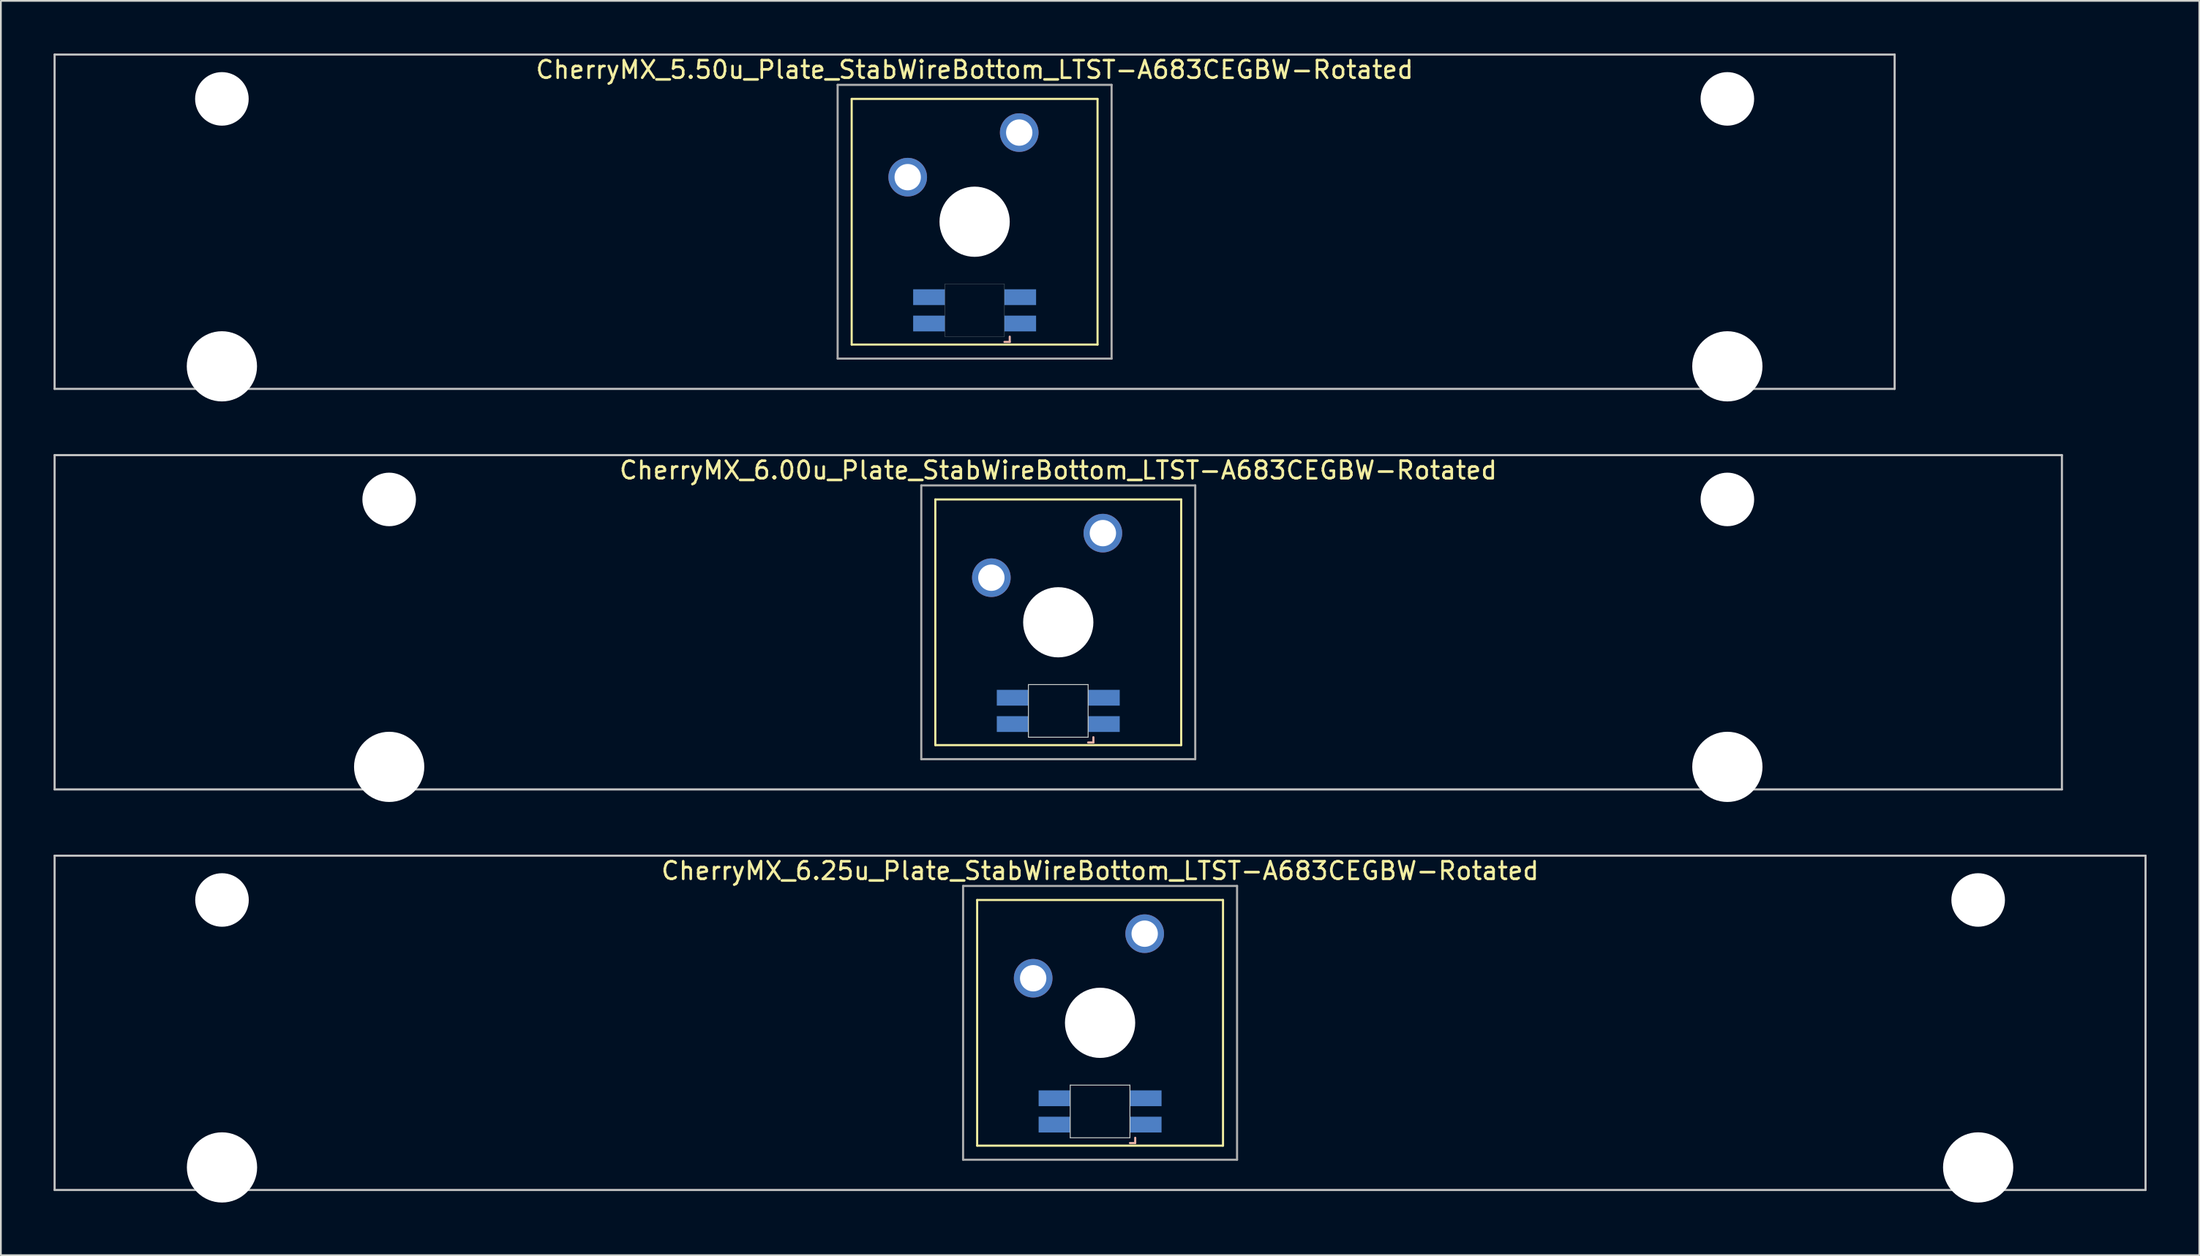
<source format=kicad_pcb>
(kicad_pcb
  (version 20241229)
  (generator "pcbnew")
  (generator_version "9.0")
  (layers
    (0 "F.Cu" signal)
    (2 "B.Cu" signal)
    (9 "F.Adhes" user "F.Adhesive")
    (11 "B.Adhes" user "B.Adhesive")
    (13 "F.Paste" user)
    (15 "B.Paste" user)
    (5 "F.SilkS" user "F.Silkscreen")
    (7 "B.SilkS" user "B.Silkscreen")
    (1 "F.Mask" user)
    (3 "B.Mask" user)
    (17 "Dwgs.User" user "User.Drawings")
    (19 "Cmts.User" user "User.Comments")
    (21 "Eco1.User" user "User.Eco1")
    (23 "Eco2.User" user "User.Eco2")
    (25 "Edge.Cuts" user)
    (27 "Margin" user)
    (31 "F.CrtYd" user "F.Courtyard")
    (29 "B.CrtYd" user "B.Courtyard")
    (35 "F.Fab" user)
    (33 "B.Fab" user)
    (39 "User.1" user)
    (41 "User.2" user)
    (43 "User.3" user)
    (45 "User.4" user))
  (footprint "CherryMX_5.50u_Plate_StabWireBottom_LTST-A683CEGBW-Rotated"
    (layer "F.Cu")
    (at 52.447 9.585)
    (property "Reference" "CherryMX_5.50u_Plate_StabWireBottom_LTST-A683CEGBW-Rotated" (at 0 -8.662 0) (layer "F.SilkS") (effects (font (size 1 1) (thickness 0.15))))
    (attr through_hole)
    (fp_line (start -7 -7) (end -7 7) (stroke (width 0.12) (type solid)) (layer "F.SilkS"))
    (fp_line (start -7 -7) (end 7 -7) (stroke (width 0.12) (type solid)) (layer "F.SilkS"))
    (fp_line (start 7 -7) (end 7 7) (stroke (width 0.12) (type solid)) (layer "F.SilkS"))
    (fp_line (start 7 7) (end -7 7) (stroke (width 0.12) (type solid)) (layer "F.SilkS"))
    (fp_line (start 1.7 6.85) (end 2 6.85) (stroke (width 0.12) (type solid)) (layer "B.SilkS"))
    (fp_line (start 2 6.85) (end 2 6.55) (stroke (width 0.12) (type solid)) (layer "B.SilkS"))
    (fp_line (start -52.388 -9.525) (end 52.388 -9.525) (stroke (width 0.12) (type solid)) (layer "Dwgs.User"))
    (fp_line (start -52.388 9.525) (end -52.388 -9.525) (stroke (width 0.12) (type solid)) (layer "Dwgs.User"))
    (fp_line (start 52.388 -9.525) (end 52.388 9.525) (stroke (width 0.12) (type solid)) (layer "Dwgs.User"))
    (fp_line (start 52.388 9.525) (end -52.388 9.525) (stroke (width 0.12) (type solid)) (layer "Dwgs.User"))
    (fp_poly (pts (xy -1.7 3.55) (xy 1.7 3.55) (xy 1.7 6.55) (xy -1.7 6.55)) (stroke (width 0.01) (type solid)) (fill no) (layer "Edge.Cuts"))
    (fp_line (start -7.8 -7.8) (end -7.8 7.8) (stroke (width 0.12) (type solid)) (layer "F.Fab"))
    (fp_line (start -7.8 -7.8) (end 7.8 -7.8) (stroke (width 0.12) (type solid)) (layer "F.Fab"))
    (fp_line (start -7.8 7.8) (end 7.8 7.8) (stroke (width 0.12) (type solid)) (layer "F.Fab"))
    (fp_line (start 7.8 -7.8) (end 7.8 7.8) (stroke (width 0.12) (type solid)) (layer "F.Fab"))
    (pad "" np_thru_hole circle (at -42.862 -7) (size 3.05 3.05) (drill 3.05) (layers "*.Cu" "*.Mask"))
    (pad "" np_thru_hole circle (at -42.862 8.24) (size 4 4) (drill 4) (layers "*.Cu" "*.Mask"))
    (pad "" np_thru_hole circle (at 0 0) (size 4 4) (drill 4) (layers "*.Cu" "*.Mask"))
    (pad "" np_thru_hole circle (at 42.862 -7) (size 3.05 3.05) (drill 3.05) (layers "*.Cu" "*.Mask"))
    (pad "" np_thru_hole circle (at 42.862 8.24) (size 4 4) (drill 4) (layers "*.Cu" "*.Mask"))
    (pad "1" thru_hole circle (at -3.81 -2.54) (size 2.2 2.2) (drill 1.5) (layers "*.Cu" "*.Mask"))
    (pad "2" thru_hole circle (at 2.54 -5.08) (size 2.2 2.2) (drill 1.5) (layers "*.Cu" "*.Mask"))
    (pad "3" smd rect (at 2.6 5.8 180) (size 1.8 0.9) (layers "B.Cu" "B.Mask" "B.Paste"))
    (pad "4" smd rect (at 2.6 4.3 180) (size 1.8 0.9) (layers "B.Cu" "B.Mask" "B.Paste"))
    (pad "5" smd rect (at -2.6 5.8 180) (size 1.8 0.9) (layers "B.Cu" "B.Mask" "B.Paste"))
    (pad "6" smd rect (at -2.6 4.3 180) (size 1.8 0.9) (layers "B.Cu" "B.Mask" "B.Paste")))
  (footprint "CherryMX_6.25u_Plate_StabWireBottom_LTST-A683CEGBW-Rotated"
    (layer "F.Cu")
    (at 59.591 55.235)
    (property "Reference" "CherryMX_6.25u_Plate_StabWireBottom_LTST-A683CEGBW-Rotated" (at 0 -8.662 0) (layer "F.SilkS") (effects (font (size 1 1) (thickness 0.15))))
    (attr through_hole)
    (fp_line (start -7 -7) (end -7 7) (stroke (width 0.12) (type solid)) (layer "F.SilkS"))
    (fp_line (start -7 -7) (end 7 -7) (stroke (width 0.12) (type solid)) (layer "F.SilkS"))
    (fp_line (start 7 -7) (end 7 7) (stroke (width 0.12) (type solid)) (layer "F.SilkS"))
    (fp_line (start 7 7) (end -7 7) (stroke (width 0.12) (type solid)) (layer "F.SilkS"))
    (fp_line (start 1.7 6.85) (end 2 6.85) (stroke (width 0.12) (type solid)) (layer "B.SilkS"))
    (fp_line (start 2 6.85) (end 2 6.55) (stroke (width 0.12) (type solid)) (layer "B.SilkS"))
    (fp_line (start -59.531 -9.525) (end 59.531 -9.525) (stroke (width 0.12) (type solid)) (layer "Dwgs.User"))
    (fp_line (start -59.531 9.525) (end -59.531 -9.525) (stroke (width 0.12) (type solid)) (layer "Dwgs.User"))
    (fp_line (start 59.531 -9.525) (end 59.531 9.525) (stroke (width 0.12) (type solid)) (layer "Dwgs.User"))
    (fp_line (start 59.531 9.525) (end -59.531 9.525) (stroke (width 0.12) (type solid)) (layer "Dwgs.User"))
    (fp_line (start -1.7 3.55) (end 1.7 3.55) (stroke (width 0.05) (type solid)) (layer "Edge.Cuts"))
    (fp_line (start -1.7 6.55) (end -1.7 3.55) (stroke (width 0.05) (type solid)) (layer "Edge.Cuts"))
    (fp_line (start 1.7 3.55) (end 1.7 6.55) (stroke (width 0.05) (type solid)) (layer "Edge.Cuts"))
    (fp_line (start 1.7 6.55) (end -1.7 6.55) (stroke (width 0.05) (type solid)) (layer "Edge.Cuts"))
    (fp_line (start -7.8 -7.8) (end -7.8 7.8) (stroke (width 0.12) (type solid)) (layer "F.Fab"))
    (fp_line (start -7.8 -7.8) (end 7.8 -7.8) (stroke (width 0.12) (type solid)) (layer "F.Fab"))
    (fp_line (start -7.8 7.8) (end 7.8 7.8) (stroke (width 0.12) (type solid)) (layer "F.Fab"))
    (fp_line (start 7.8 -7.8) (end 7.8 7.8) (stroke (width 0.12) (type solid)) (layer "F.Fab"))
    (pad "" np_thru_hole circle (at -50 -7) (size 3.05 3.05) (drill 3.05) (layers "*.Cu" "*.Mask"))
    (pad "" np_thru_hole circle (at -50 8.24) (size 4 4) (drill 4) (layers "*.Cu" "*.Mask"))
    (pad "" np_thru_hole circle (at 0 0) (size 4 4) (drill 4) (layers "*.Cu" "*.Mask"))
    (pad "" np_thru_hole circle (at 50 -7) (size 3.05 3.05) (drill 3.05) (layers "*.Cu" "*.Mask"))
    (pad "" np_thru_hole circle (at 50 8.24) (size 4 4) (drill 4) (layers "*.Cu" "*.Mask"))
    (pad "1" thru_hole circle (at -3.81 -2.54) (size 2.2 2.2) (drill 1.5) (layers "*.Cu" "*.Mask"))
    (pad "2" thru_hole circle (at 2.54 -5.08) (size 2.2 2.2) (drill 1.5) (layers "*.Cu" "*.Mask"))
    (pad "3" smd rect (at 2.6 5.8) (size 1.8 0.9) (layers "B.Cu" "B.Mask" "B.Paste"))
    (pad "4" smd rect (at 2.6 4.3) (size 1.8 0.9) (layers "B.Cu" "B.Mask" "B.Paste"))
    (pad "5" smd rect (at -2.6 5.8) (size 1.8 0.9) (layers "B.Cu" "B.Mask" "B.Paste"))
    (pad "6" smd rect (at -2.6 4.3) (size 1.8 0.9) (layers "B.Cu" "B.Mask" "B.Paste")))
  (footprint "CherryMX_6.00u_Plate_StabWireBottom_LTST-A683CEGBW-Rotated"
    (layer "F.Cu")
    (at 57.21 32.41)
    (property "Reference" "CherryMX_6.00u_Plate_StabWireBottom_LTST-A683CEGBW-Rotated" (at 0 -8.662 0) (layer "F.SilkS") (effects (font (size 1 1) (thickness 0.15))))
    (attr through_hole)
    (fp_line (start -7 -7) (end -7 7) (stroke (width 0.12) (type solid)) (layer "F.SilkS"))
    (fp_line (start -7 -7) (end 7 -7) (stroke (width 0.12) (type solid)) (layer "F.SilkS"))
    (fp_line (start 7 -7) (end 7 7) (stroke (width 0.12) (type solid)) (layer "F.SilkS"))
    (fp_line (start 7 7) (end -7 7) (stroke (width 0.12) (type solid)) (layer "F.SilkS"))
    (fp_line (start 1.7 6.85) (end 2 6.85) (stroke (width 0.12) (type solid)) (layer "B.SilkS"))
    (fp_line (start 2 6.85) (end 2 6.55) (stroke (width 0.12) (type solid)) (layer "B.SilkS"))
    (fp_line (start -57.15 -9.525) (end 57.15 -9.525) (stroke (width 0.12) (type solid)) (layer "Dwgs.User"))
    (fp_line (start -57.15 9.525) (end -57.15 -9.525) (stroke (width 0.12) (type solid)) (layer "Dwgs.User"))
    (fp_line (start 57.15 -9.525) (end 57.15 9.525) (stroke (width 0.12) (type solid)) (layer "Dwgs.User"))
    (fp_line (start 57.15 9.525) (end -57.15 9.525) (stroke (width 0.12) (type solid)) (layer "Dwgs.User"))
    (fp_line (start -1.7 3.55) (end 1.7 3.55) (stroke (width 0.05) (type solid)) (layer "Edge.Cuts"))
    (fp_line (start -1.7 6.55) (end -1.7 3.55) (stroke (width 0.05) (type solid)) (layer "Edge.Cuts"))
    (fp_line (start 1.7 3.55) (end 1.7 6.55) (stroke (width 0.05) (type solid)) (layer "Edge.Cuts"))
    (fp_line (start 1.7 6.55) (end -1.7 6.55) (stroke (width 0.05) (type solid)) (layer "Edge.Cuts"))
    (fp_line (start -7.8 -7.8) (end -7.8 7.8) (stroke (width 0.12) (type solid)) (layer "F.Fab"))
    (fp_line (start -7.8 -7.8) (end 7.8 -7.8) (stroke (width 0.12) (type solid)) (layer "F.Fab"))
    (fp_line (start -7.8 7.8) (end 7.8 7.8) (stroke (width 0.12) (type solid)) (layer "F.Fab"))
    (fp_line (start 7.8 -7.8) (end 7.8 7.8) (stroke (width 0.12) (type solid)) (layer "F.Fab"))
    (pad "" np_thru_hole circle (at -38.1 -7) (size 3.05 3.05) (drill 3.05) (layers "*.Cu" "*.Mask"))
    (pad "" np_thru_hole circle (at -38.1 8.24) (size 4 4) (drill 4) (layers "*.Cu" "*.Mask"))
    (pad "" np_thru_hole circle (at 0 0) (size 4 4) (drill 4) (layers "*.Cu" "*.Mask"))
    (pad "" np_thru_hole circle (at 38.1 -7) (size 3.05 3.05) (drill 3.05) (layers "*.Cu" "*.Mask"))
    (pad "" np_thru_hole circle (at 38.1 8.24) (size 4 4) (drill 4) (layers "*.Cu" "*.Mask"))
    (pad "1" thru_hole circle (at -3.81 -2.54) (size 2.2 2.2) (drill 1.5) (layers "*.Cu" "*.Mask"))
    (pad "2" thru_hole circle (at 2.54 -5.08) (size 2.2 2.2) (drill 1.5) (layers "*.Cu" "*.Mask"))
    (pad "3" smd rect (at 2.6 5.8 180) (size 1.8 0.9) (layers "B.Cu" "B.Mask" "B.Paste"))
    (pad "4" smd rect (at 2.6 4.3 180) (size 1.8 0.9) (layers "B.Cu" "B.Mask" "B.Paste"))
    (pad "5" smd rect (at -2.6 5.8 180) (size 1.8 0.9) (layers "B.Cu" "B.Mask" "B.Paste"))
    (pad "6" smd rect (at -2.6 4.3 180) (size 1.8 0.9) (layers "B.Cu" "B.Mask" "B.Paste")))
  (gr_rect
    (start -3 -3)
    (end 122.183 68.475)
    (stroke (width 0.1) (type default))
    (fill no)
    (layer "Edge.Cuts")))
</source>
